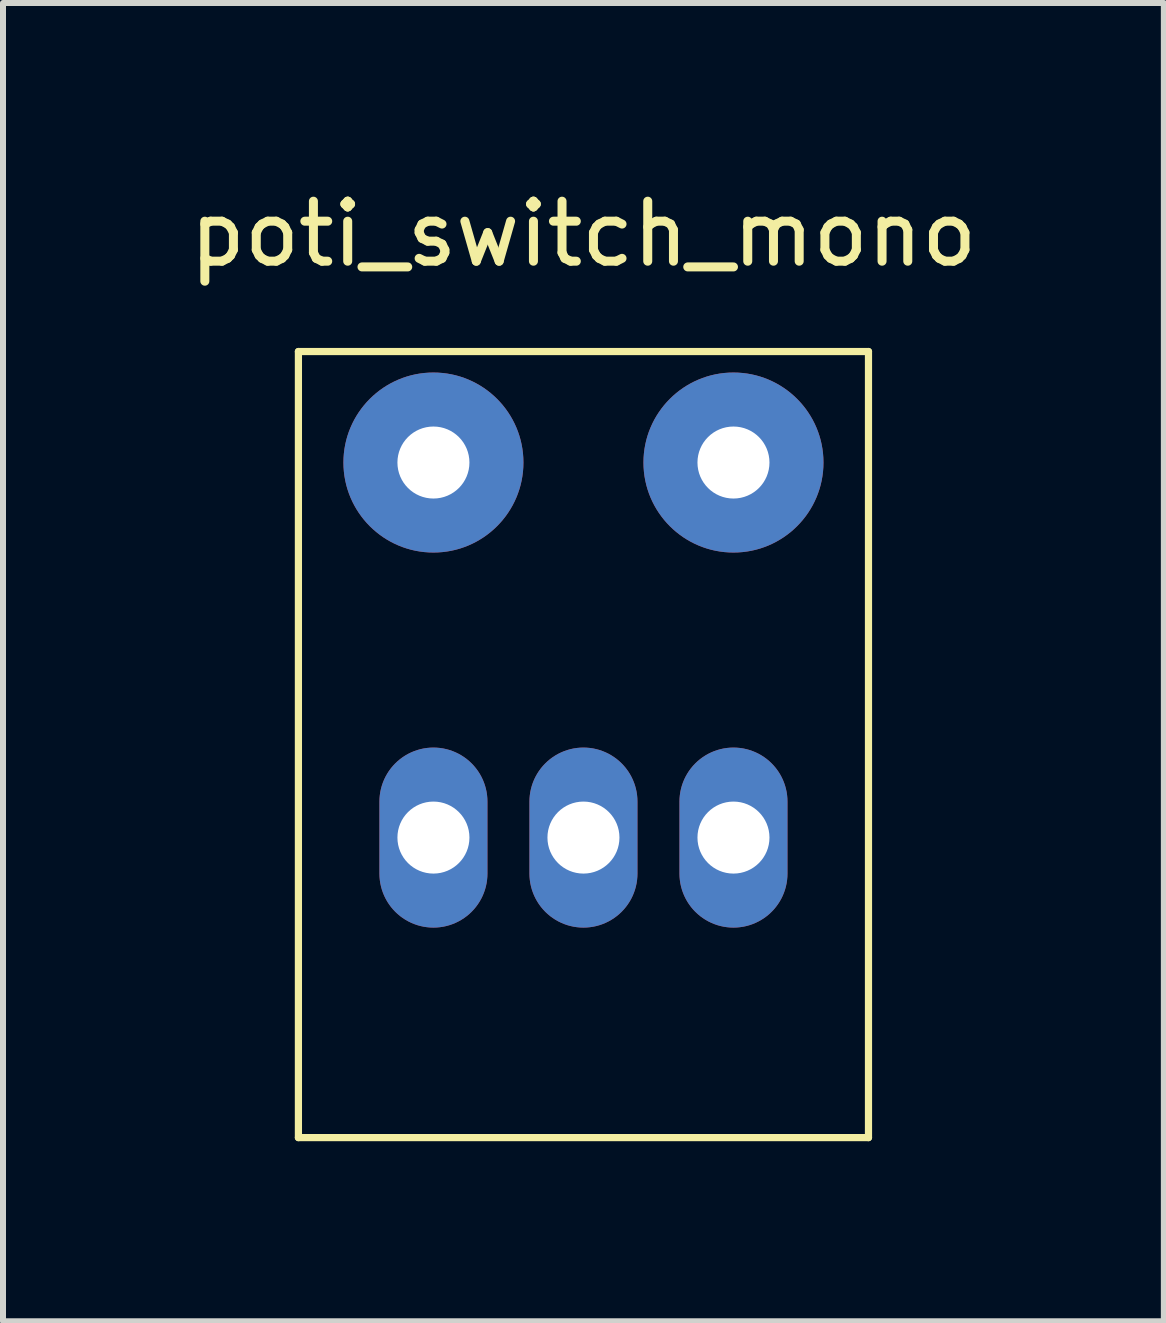
<source format=kicad_pcb>
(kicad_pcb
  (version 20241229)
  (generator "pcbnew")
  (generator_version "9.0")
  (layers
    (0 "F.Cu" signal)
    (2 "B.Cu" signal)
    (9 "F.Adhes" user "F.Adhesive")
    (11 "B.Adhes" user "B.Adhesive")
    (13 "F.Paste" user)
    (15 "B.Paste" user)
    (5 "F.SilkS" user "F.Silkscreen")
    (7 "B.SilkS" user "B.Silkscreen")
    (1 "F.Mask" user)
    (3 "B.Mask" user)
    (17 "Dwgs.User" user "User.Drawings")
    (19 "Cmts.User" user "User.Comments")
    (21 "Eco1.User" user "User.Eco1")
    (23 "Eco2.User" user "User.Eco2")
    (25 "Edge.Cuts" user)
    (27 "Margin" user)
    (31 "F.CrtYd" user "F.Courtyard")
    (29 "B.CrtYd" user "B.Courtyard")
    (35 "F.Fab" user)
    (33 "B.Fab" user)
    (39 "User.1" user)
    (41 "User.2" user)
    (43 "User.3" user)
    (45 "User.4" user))
  (footprint "poti_switch_mono"
    (layer "F.Cu")
    (at 6.673 4.658)
    (property "Reference" "poti_switch_mono" (at 0 -3.81 0) (layer "F.SilkS") (effects (font (size 1 1) (thickness 0.15))))
    (attr through_hole)
    (fp_line (start -4.75 -1.85) (end -4.75 11.25) (stroke (width 0.12) (type solid)) (layer "F.SilkS"))
    (fp_line (start -4.75 11.25) (end 4.75 11.25) (stroke (width 0.12) (type solid)) (layer "F.SilkS"))
    (fp_line (start 4.75 -1.85) (end -4.75 -1.85) (stroke (width 0.12) (type solid)) (layer "F.SilkS"))
    (fp_line (start 4.75 11.25) (end 4.75 -1.85) (stroke (width 0.12) (type solid)) (layer "F.SilkS"))
    (pad "1" thru_hole oval (at -2.5 6.25) (size 1.8 3) (drill 1.2) (layers "*.Cu" "*.Mask"))
    (pad "2" thru_hole oval (at 0 6.25) (size 1.8 3) (drill 1.2) (layers "*.Cu" "*.Mask"))
    (pad "3" thru_hole oval (at 2.5 6.25) (size 1.8 3) (drill 1.2) (layers "*.Cu" "*.Mask"))
    (pad "4" thru_hole circle (at -2.5 0) (size 3 3) (drill 1.2) (layers "*.Cu" "*.Mask"))
    (pad "5" thru_hole circle (at 2.5 0) (size 3 3) (drill 1.2) (layers "*.Cu" "*.Mask")))
  (gr_rect
    (start -3 -3)
    (end 16.345 18.968)
    (stroke (width 0.1) (type default))
    (fill no)
    (layer "Edge.Cuts")))
</source>
